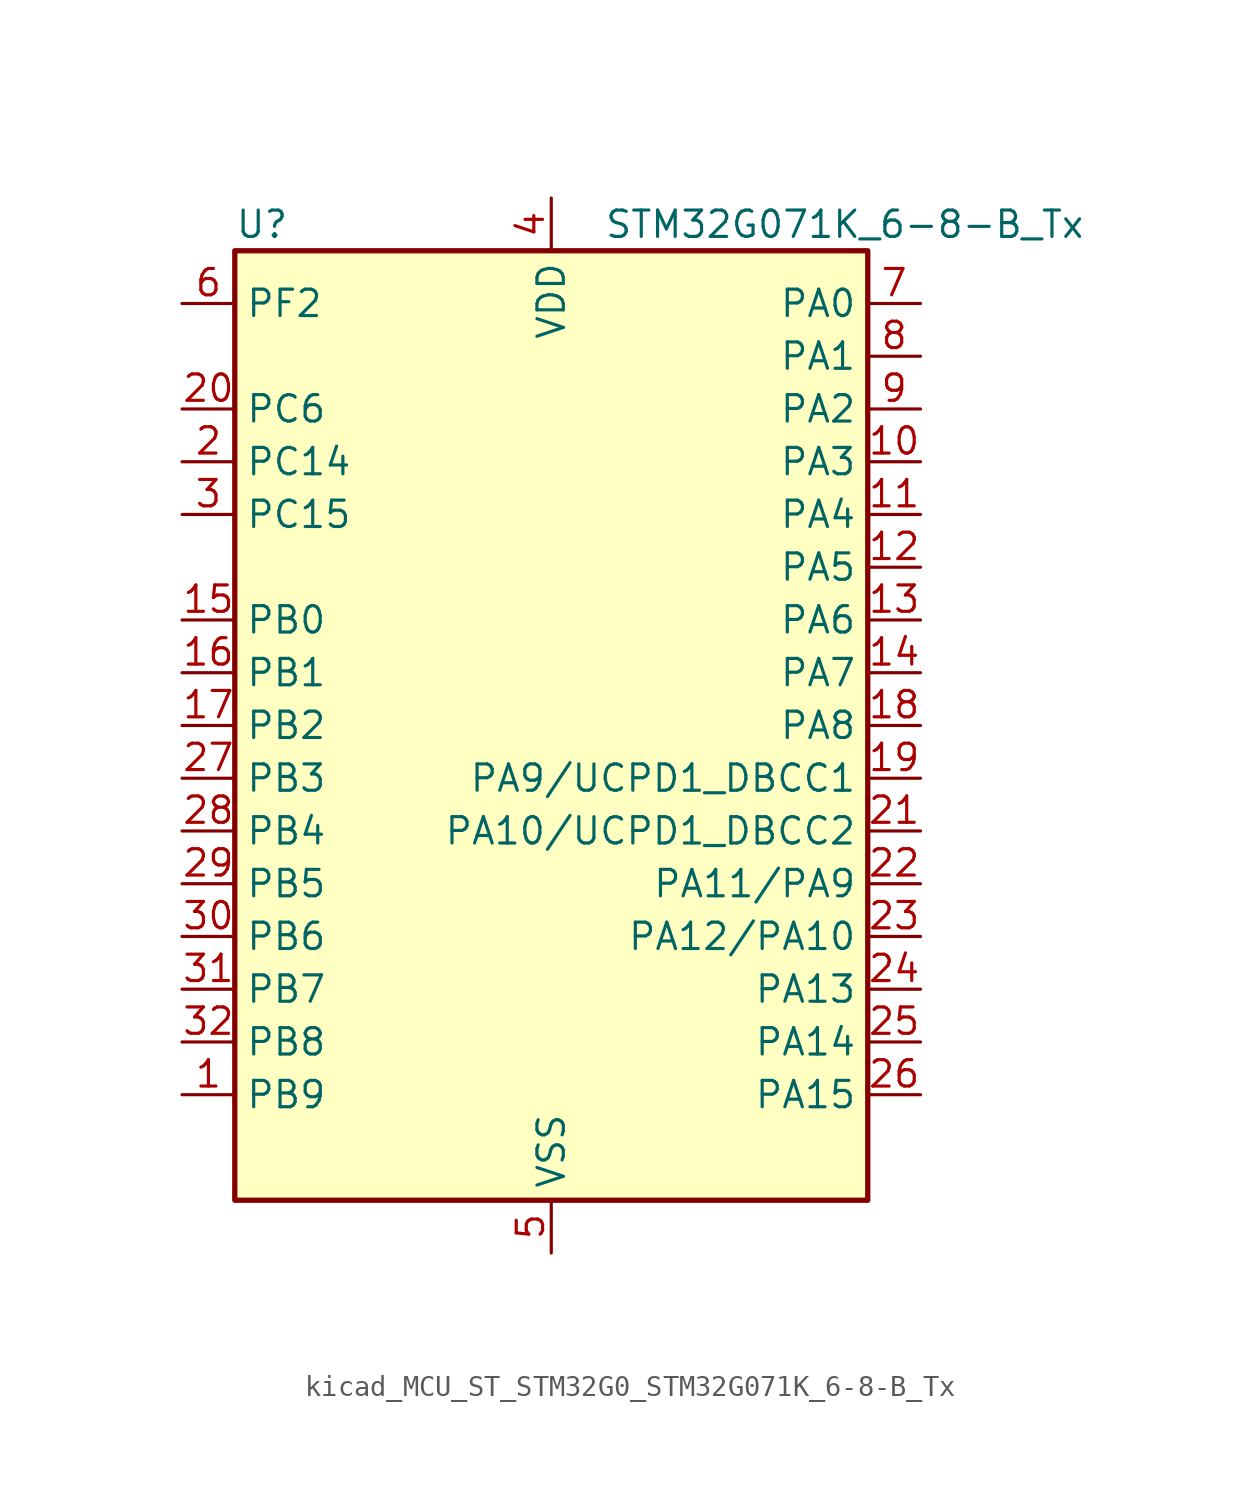
<source format=kicad_sym>
(kicad_symbol_lib
  (version 20220914)
  (generator kicad_symbol_editor)
  (symbol "kicad_MCU_ST_STM32G0_STM32G071K_6-8-B_Tx"
    (property "Reference" "U"
      (at -15.24 24.13 0)
      (effects (font (size 1.27 1.27)) (justify left)))
    (property "Value" "STM32G071K_6-8-B_Tx"
      (at 2.54 24.13 0)
      (effects (font (size 1.27 1.27)) (justify left)))
    (property "ki_locked" ""
      (at 0 0 0)
      (effects (font (size 1.27 1.27))))
    (symbol "kicad_MCU_ST_STM32G0_STM32G071K_6-8-B_Tx_0_1"
      (rectangle (start -15.24 -22.86) (end 15.24 22.86) (stroke (width 0.254) (type default)) (fill (type background))))
    (symbol "kicad_MCU_ST_STM32G0_STM32G071K_6-8-B_Tx_1_1"
      (pin bidirectional line (at -17.78 -17.78 0) (length 2.54) (name "PB9" (effects (font (size 1.27 1.27)))) (number "1" (effects (font (size 1.27 1.27)))) (alternate "DAC1_EXTI9" bidirectional line) (alternate "I2C1_SDA" bidirectional line) (alternate "IR_OUT" bidirectional line) (alternate "SPI2_NSS" bidirectional line) (alternate "TIM17_CH1" bidirectional line) (alternate "USART3_RX" bidirectional line))
      (pin bidirectional line (at 17.78 12.7 180) (length 2.54) (name "PA3" (effects (font (size 1.27 1.27)))) (number "10" (effects (font (size 1.27 1.27)))) (alternate "ADC1_IN3" bidirectional line) (alternate "COMP2_INP" bidirectional line) (alternate "LPUART1_RX" bidirectional line) (alternate "SPI2_MISO" bidirectional line) (alternate "TIM15_CH2" bidirectional line) (alternate "TIM2_CH4" bidirectional line) (alternate "USART2_RX" bidirectional line))
      (pin bidirectional line (at 17.78 10.16 180) (length 2.54) (name "PA4" (effects (font (size 1.27 1.27)))) (number "11" (effects (font (size 1.27 1.27)))) (alternate "ADC1_IN4" bidirectional line) (alternate "DAC1_OUT1" bidirectional line) (alternate "I2S1_WS" bidirectional line) (alternate "LPTIM2_OUT" bidirectional line) (alternate "RTC_OUT_ALARM" bidirectional line) (alternate "RTC_OUT_CALIB" bidirectional line) (alternate "RTC_TAMP_IN1" bidirectional line) (alternate "RTC_TS" bidirectional line) (alternate "SPI1_NSS" bidirectional line) (alternate "SPI2_MOSI" bidirectional line) (alternate "SYS_WKUP2" bidirectional line) (alternate "TIM14_CH1" bidirectional line))
      (pin bidirectional line (at 17.78 7.62 180) (length 2.54) (name "PA5" (effects (font (size 1.27 1.27)))) (number "12" (effects (font (size 1.27 1.27)))) (alternate "ADC1_IN5" bidirectional line) (alternate "CEC" bidirectional line) (alternate "DAC1_OUT2" bidirectional line) (alternate "I2S1_CK" bidirectional line) (alternate "LPTIM2_ETR" bidirectional line) (alternate "SPI1_SCK" bidirectional line) (alternate "TIM2_CH1" bidirectional line) (alternate "TIM2_ETR" bidirectional line) (alternate "UCPD1_FRSTX1" bidirectional line) (alternate "UCPD1_FRSTX2" bidirectional line) (alternate "USART3_TX" bidirectional line))
      (pin bidirectional line (at 17.78 5.08 180) (length 2.54) (name "PA6" (effects (font (size 1.27 1.27)))) (number "13" (effects (font (size 1.27 1.27)))) (alternate "ADC1_IN6" bidirectional line) (alternate "COMP1_OUT" bidirectional line) (alternate "I2S1_MCK" bidirectional line) (alternate "LPUART1_CTS" bidirectional line) (alternate "SPI1_MISO" bidirectional line) (alternate "TIM16_CH1" bidirectional line) (alternate "TIM1_BK" bidirectional line) (alternate "TIM3_CH1" bidirectional line) (alternate "USART3_CTS" bidirectional line) (alternate "USART3_NSS" bidirectional line))
      (pin bidirectional line (at 17.78 2.54 180) (length 2.54) (name "PA7" (effects (font (size 1.27 1.27)))) (number "14" (effects (font (size 1.27 1.27)))) (alternate "ADC1_IN7" bidirectional line) (alternate "COMP2_OUT" bidirectional line) (alternate "I2S1_SD" bidirectional line) (alternate "SPI1_MOSI" bidirectional line) (alternate "TIM14_CH1" bidirectional line) (alternate "TIM17_CH1" bidirectional line) (alternate "TIM1_CH1N" bidirectional line) (alternate "TIM3_CH2" bidirectional line) (alternate "UCPD1_FRSTX1" bidirectional line) (alternate "UCPD1_FRSTX2" bidirectional line))
      (pin bidirectional line (at -17.78 5.08 0) (length 2.54) (name "PB0" (effects (font (size 1.27 1.27)))) (number "15" (effects (font (size 1.27 1.27)))) (alternate "ADC1_IN8" bidirectional line) (alternate "COMP1_OUT" bidirectional line) (alternate "I2S1_WS" bidirectional line) (alternate "LPTIM1_OUT" bidirectional line) (alternate "SPI1_NSS" bidirectional line) (alternate "TIM1_CH2N" bidirectional line) (alternate "TIM3_CH3" bidirectional line) (alternate "UCPD1_FRSTX1" bidirectional line) (alternate "UCPD1_FRSTX2" bidirectional line) (alternate "USART3_RX" bidirectional line))
      (pin bidirectional line (at -17.78 2.54 0) (length 2.54) (name "PB1" (effects (font (size 1.27 1.27)))) (number "16" (effects (font (size 1.27 1.27)))) (alternate "ADC1_IN9" bidirectional line) (alternate "COMP1_INM" bidirectional line) (alternate "LPTIM2_IN1" bidirectional line) (alternate "LPUART1_DE" bidirectional line) (alternate "LPUART1_RTS" bidirectional line) (alternate "TIM14_CH1" bidirectional line) (alternate "TIM1_CH3N" bidirectional line) (alternate "TIM3_CH4" bidirectional line) (alternate "USART3_CK" bidirectional line) (alternate "USART3_DE" bidirectional line) (alternate "USART3_RTS" bidirectional line))
      (pin bidirectional line (at -17.78 0 0) (length 2.54) (name "PB2" (effects (font (size 1.27 1.27)))) (number "17" (effects (font (size 1.27 1.27)))) (alternate "ADC1_IN10" bidirectional line) (alternate "COMP1_INP" bidirectional line) (alternate "LPTIM1_OUT" bidirectional line) (alternate "SPI2_MISO" bidirectional line) (alternate "USART3_TX" bidirectional line))
      (pin bidirectional line (at 17.78 0 180) (length 2.54) (name "PA8" (effects (font (size 1.27 1.27)))) (number "18" (effects (font (size 1.27 1.27)))) (alternate "LPTIM2_OUT" bidirectional line) (alternate "RCC_MCO" bidirectional line) (alternate "SPI2_NSS" bidirectional line) (alternate "TIM1_CH1" bidirectional line) (alternate "UCPD1_CC1" bidirectional line))
      (pin bidirectional line (at 17.78 -2.54 180) (length 2.54) (name "PA9/UCPD1_DBCC1" (effects (font (size 1.27 1.27)))) (number "19" (effects (font (size 1.27 1.27)))) (alternate "DAC1_EXTI9" bidirectional line) (alternate "I2C1_SCL" bidirectional line) (alternate "RCC_MCO" bidirectional line) (alternate "SPI2_MISO" bidirectional line) (alternate "TIM15_BK" bidirectional line) (alternate "TIM1_CH2" bidirectional line) (alternate "UCPD1_DBCC1" bidirectional line) (alternate "USART1_TX" bidirectional line))
      (pin bidirectional line (at -17.78 12.7 0) (length 2.54) (name "PC14" (effects (font (size 1.27 1.27)))) (number "2" (effects (font (size 1.27 1.27)))) (alternate "RCC_OSC32_IN" bidirectional line) (alternate "RCC_OSC_IN" bidirectional line) (alternate "TIM1_BK2" bidirectional line))
      (pin bidirectional line (at -17.78 15.24 0) (length 2.54) (name "PC6" (effects (font (size 1.27 1.27)))) (number "20" (effects (font (size 1.27 1.27)))) (alternate "TIM2_CH3" bidirectional line) (alternate "TIM3_CH1" bidirectional line) (alternate "UCPD1_FRSTX1" bidirectional line) (alternate "UCPD1_FRSTX2" bidirectional line))
      (pin bidirectional line (at 17.78 -5.08 180) (length 2.54) (name "PA10/UCPD1_DBCC2" (effects (font (size 1.27 1.27)))) (number "21" (effects (font (size 1.27 1.27)))) (alternate "I2C1_SDA" bidirectional line) (alternate "SPI2_MOSI" bidirectional line) (alternate "TIM17_BK" bidirectional line) (alternate "TIM1_CH3" bidirectional line) (alternate "UCPD1_DBCC2" bidirectional line) (alternate "USART1_RX" bidirectional line))
      (pin bidirectional line (at 17.78 -7.62 180) (length 2.54) (name "PA11/PA9" (effects (font (size 1.27 1.27)))) (number "22" (effects (font (size 1.27 1.27)))) (alternate "ADC1_EXTI11" bidirectional line) (alternate "COMP1_OUT" bidirectional line) (alternate "I2C2_SCL" bidirectional line) (alternate "I2S1_MCK" bidirectional line) (alternate "SPI1_MISO" bidirectional line) (alternate "TIM1_BK2" bidirectional line) (alternate "TIM1_CH4" bidirectional line) (alternate "USART1_CTS" bidirectional line) (alternate "USART1_NSS" bidirectional line))
      (pin bidirectional line (at 17.78 -10.16 180) (length 2.54) (name "PA12/PA10" (effects (font (size 1.27 1.27)))) (number "23" (effects (font (size 1.27 1.27)))) (alternate "COMP2_OUT" bidirectional line) (alternate "I2C2_SDA" bidirectional line) (alternate "I2S1_SD" bidirectional line) (alternate "I2S_CKIN" bidirectional line) (alternate "SPI1_MOSI" bidirectional line) (alternate "TIM1_ETR" bidirectional line) (alternate "USART1_CK" bidirectional line) (alternate "USART1_DE" bidirectional line) (alternate "USART1_RTS" bidirectional line))
      (pin bidirectional line (at 17.78 -12.7 180) (length 2.54) (name "PA13" (effects (font (size 1.27 1.27)))) (number "24" (effects (font (size 1.27 1.27)))) (alternate "IR_OUT" bidirectional line) (alternate "SYS_SWDIO" bidirectional line))
      (pin bidirectional line (at 17.78 -15.24 180) (length 2.54) (name "PA14" (effects (font (size 1.27 1.27)))) (number "25" (effects (font (size 1.27 1.27)))) (alternate "SYS_SWCLK" bidirectional line) (alternate "USART2_TX" bidirectional line))
      (pin bidirectional line (at 17.78 -17.78 180) (length 2.54) (name "PA15" (effects (font (size 1.27 1.27)))) (number "26" (effects (font (size 1.27 1.27)))) (alternate "I2S1_WS" bidirectional line) (alternate "SPI1_NSS" bidirectional line) (alternate "TIM2_CH1" bidirectional line) (alternate "TIM2_ETR" bidirectional line) (alternate "USART2_RX" bidirectional line) (alternate "USART3_CK" bidirectional line) (alternate "USART3_DE" bidirectional line) (alternate "USART3_RTS" bidirectional line) (alternate "USART4_CK" bidirectional line) (alternate "USART4_DE" bidirectional line) (alternate "USART4_RTS" bidirectional line))
      (pin bidirectional line (at -17.78 -2.54 0) (length 2.54) (name "PB3" (effects (font (size 1.27 1.27)))) (number "27" (effects (font (size 1.27 1.27)))) (alternate "COMP2_INM" bidirectional line) (alternate "I2S1_CK" bidirectional line) (alternate "SPI1_SCK" bidirectional line) (alternate "TIM1_CH2" bidirectional line) (alternate "TIM2_CH2" bidirectional line) (alternate "USART1_CK" bidirectional line) (alternate "USART1_DE" bidirectional line) (alternate "USART1_RTS" bidirectional line))
      (pin bidirectional line (at -17.78 -5.08 0) (length 2.54) (name "PB4" (effects (font (size 1.27 1.27)))) (number "28" (effects (font (size 1.27 1.27)))) (alternate "COMP2_INP" bidirectional line) (alternate "I2S1_MCK" bidirectional line) (alternate "SPI1_MISO" bidirectional line) (alternate "TIM17_BK" bidirectional line) (alternate "TIM3_CH1" bidirectional line) (alternate "USART1_CTS" bidirectional line) (alternate "USART1_NSS" bidirectional line))
      (pin bidirectional line (at -17.78 -7.62 0) (length 2.54) (name "PB5" (effects (font (size 1.27 1.27)))) (number "29" (effects (font (size 1.27 1.27)))) (alternate "COMP2_OUT" bidirectional line) (alternate "I2C1_SMBA" bidirectional line) (alternate "I2S1_SD" bidirectional line) (alternate "LPTIM1_IN1" bidirectional line) (alternate "SPI1_MOSI" bidirectional line) (alternate "SYS_WKUP6" bidirectional line) (alternate "TIM16_BK" bidirectional line) (alternate "TIM3_CH2" bidirectional line))
      (pin bidirectional line (at -17.78 10.16 0) (length 2.54) (name "PC15" (effects (font (size 1.27 1.27)))) (number "3" (effects (font (size 1.27 1.27)))) (alternate "RCC_OSC32_EN" bidirectional line) (alternate "RCC_OSC32_OUT" bidirectional line) (alternate "RCC_OSC_EN" bidirectional line) (alternate "TIM15_BK" bidirectional line))
      (pin bidirectional line (at -17.78 -10.16 0) (length 2.54) (name "PB6" (effects (font (size 1.27 1.27)))) (number "30" (effects (font (size 1.27 1.27)))) (alternate "COMP2_INP" bidirectional line) (alternate "I2C1_SCL" bidirectional line) (alternate "LPTIM1_ETR" bidirectional line) (alternate "SPI2_MISO" bidirectional line) (alternate "TIM16_CH1N" bidirectional line) (alternate "TIM1_CH3" bidirectional line) (alternate "USART1_TX" bidirectional line))
      (pin bidirectional line (at -17.78 -12.7 0) (length 2.54) (name "PB7" (effects (font (size 1.27 1.27)))) (number "31" (effects (font (size 1.27 1.27)))) (alternate "COMP2_INM" bidirectional line) (alternate "I2C1_SDA" bidirectional line) (alternate "LPTIM1_IN2" bidirectional line) (alternate "SPI2_MOSI" bidirectional line) (alternate "SYS_PVD_IN" bidirectional line) (alternate "TIM17_CH1N" bidirectional line) (alternate "USART1_RX" bidirectional line) (alternate "USART4_CTS" bidirectional line) (alternate "USART4_NSS" bidirectional line))
      (pin bidirectional line (at -17.78 -15.24 0) (length 2.54) (name "PB8" (effects (font (size 1.27 1.27)))) (number "32" (effects (font (size 1.27 1.27)))) (alternate "CEC" bidirectional line) (alternate "I2C1_SCL" bidirectional line) (alternate "SPI2_SCK" bidirectional line) (alternate "TIM15_BK" bidirectional line) (alternate "TIM16_CH1" bidirectional line) (alternate "USART3_TX" bidirectional line))
      (pin power_in line (at 0 25.4 270) (length 2.54) (name "VDD" (effects (font (size 1.27 1.27)))) (number "4" (effects (font (size 1.27 1.27)))))
      (pin power_in line (at 0 -25.4 90) (length 2.54) (name "VSS" (effects (font (size 1.27 1.27)))) (number "5" (effects (font (size 1.27 1.27)))))
      (pin bidirectional line (at -17.78 20.32 0) (length 2.54) (name "PF2" (effects (font (size 1.27 1.27)))) (number "6" (effects (font (size 1.27 1.27)))) (alternate "RCC_MCO" bidirectional line))
      (pin bidirectional line (at 17.78 20.32 180) (length 2.54) (name "PA0" (effects (font (size 1.27 1.27)))) (number "7" (effects (font (size 1.27 1.27)))) (alternate "ADC1_IN0" bidirectional line) (alternate "COMP1_INM" bidirectional line) (alternate "COMP1_OUT" bidirectional line) (alternate "LPTIM1_OUT" bidirectional line) (alternate "RTC_TAMP_IN2" bidirectional line) (alternate "SPI2_SCK" bidirectional line) (alternate "SYS_WKUP1" bidirectional line) (alternate "TIM2_CH1" bidirectional line) (alternate "TIM2_ETR" bidirectional line) (alternate "USART2_CTS" bidirectional line) (alternate "USART2_NSS" bidirectional line) (alternate "USART4_TX" bidirectional line))
      (pin bidirectional line (at 17.78 17.78 180) (length 2.54) (name "PA1" (effects (font (size 1.27 1.27)))) (number "8" (effects (font (size 1.27 1.27)))) (alternate "ADC1_IN1" bidirectional line) (alternate "COMP1_INP" bidirectional line) (alternate "I2C1_SMBA" bidirectional line) (alternate "I2S1_CK" bidirectional line) (alternate "SPI1_SCK" bidirectional line) (alternate "TIM15_CH1N" bidirectional line) (alternate "TIM2_CH2" bidirectional line) (alternate "USART2_CK" bidirectional line) (alternate "USART2_DE" bidirectional line) (alternate "USART2_RTS" bidirectional line) (alternate "USART4_RX" bidirectional line))
      (pin bidirectional line (at 17.78 15.24 180) (length 2.54) (name "PA2" (effects (font (size 1.27 1.27)))) (number "9" (effects (font (size 1.27 1.27)))) (alternate "ADC1_IN2" bidirectional line) (alternate "COMP2_INM" bidirectional line) (alternate "COMP2_OUT" bidirectional line) (alternate "I2S1_SD" bidirectional line) (alternate "LPUART1_TX" bidirectional line) (alternate "RCC_LSCO" bidirectional line) (alternate "SPI1_MOSI" bidirectional line) (alternate "SYS_WKUP4" bidirectional line) (alternate "TIM15_CH1" bidirectional line) (alternate "TIM2_CH3" bidirectional line) (alternate "UCPD1_FRSTX1" bidirectional line) (alternate "UCPD1_FRSTX2" bidirectional line) (alternate "USART2_TX" bidirectional line)))))
</source>
